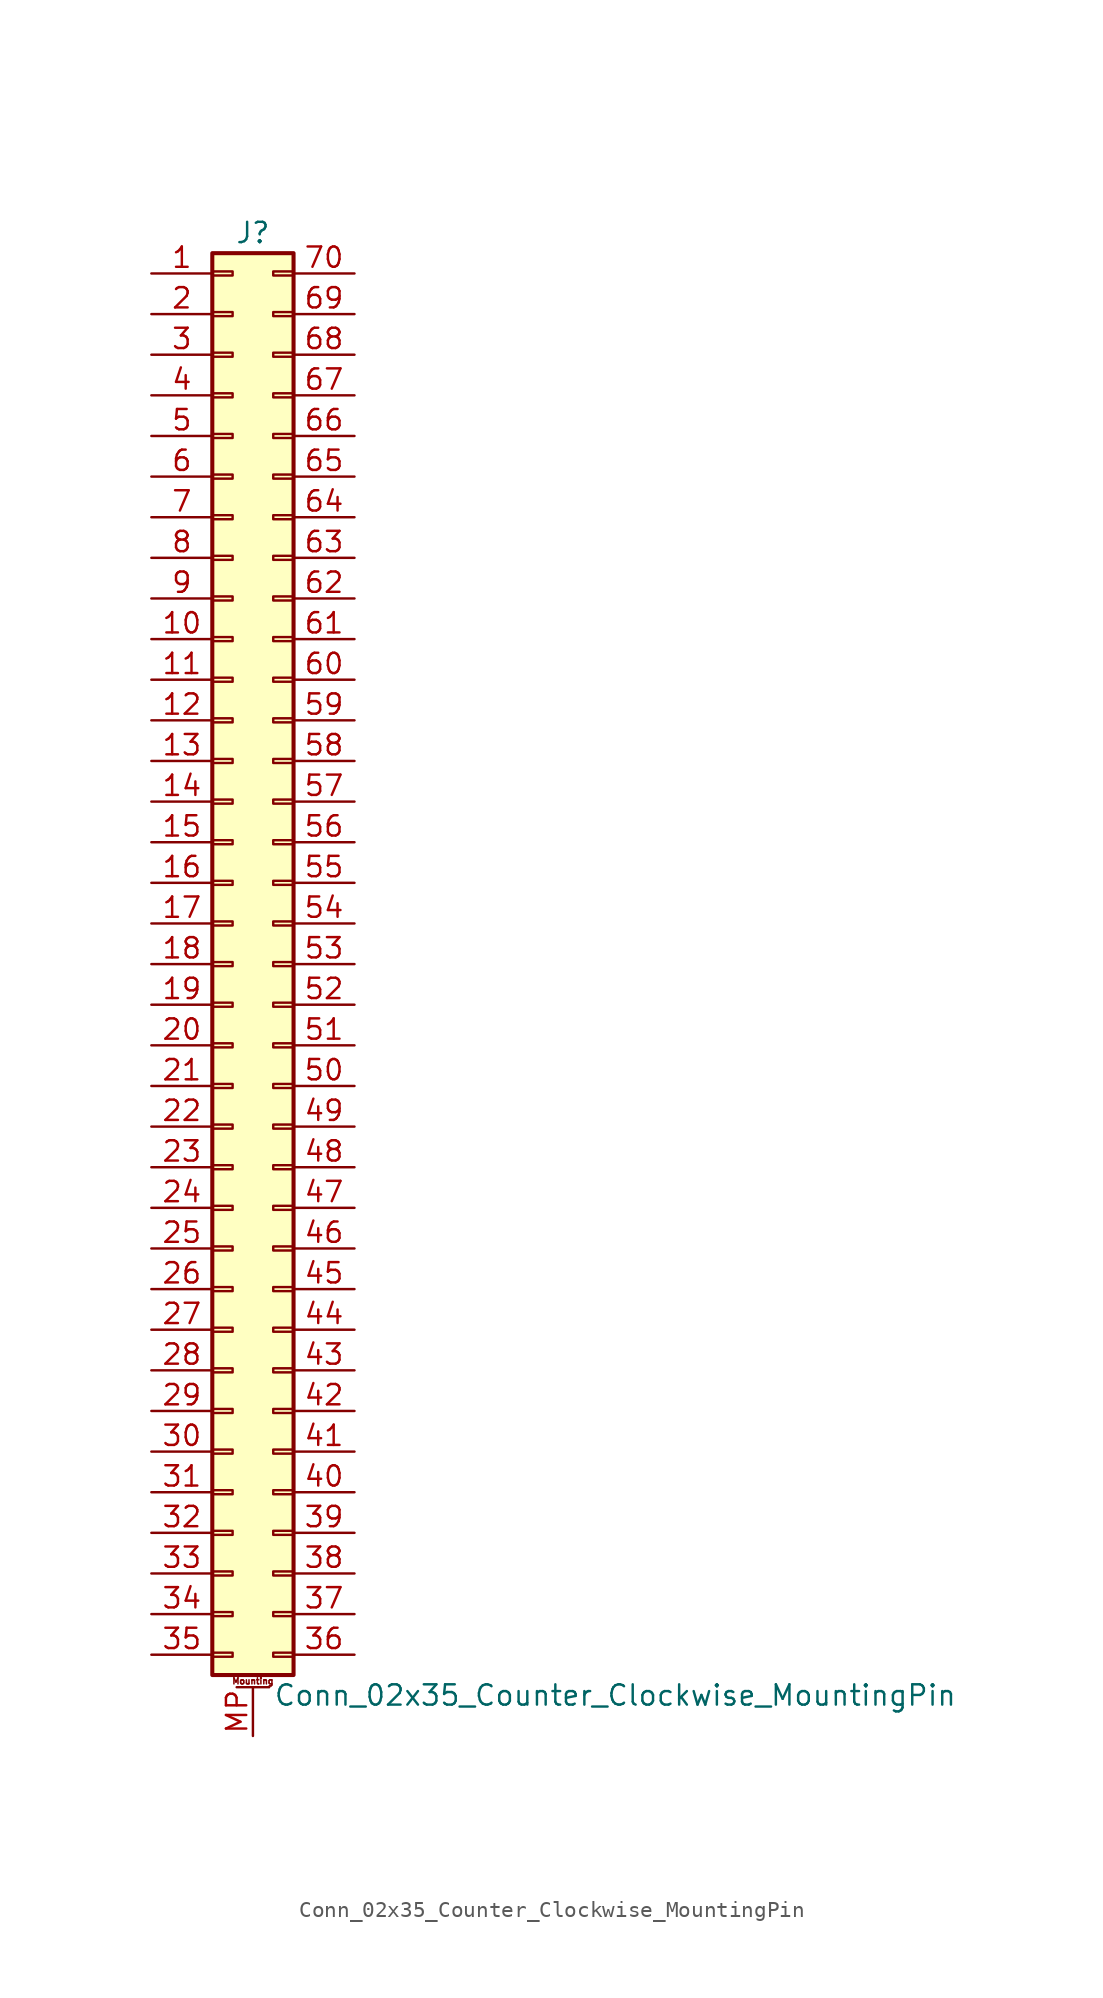
<source format=kicad_sym>
(kicad_symbol_lib
  (version 20201005)
  (generator kicad_symbol_editor)
  (symbol "Connector_Generic_MountingPin:Conn_02x35_Counter_Clockwise_MountingPin"
    (pin_names
      (offset 1.016) hide)
    (property "Reference" "J"
      (at 1.27 45.72 0)
      (effects (font (size 1.27 1.27))))
    (property "Value" "Conn_02x35_Counter_Clockwise_MountingPin"
      (at 2.54 -45.72 0)
      (effects (font (size 1.27 1.27)) (justify left)))
    (symbol "Conn_02x35_Counter_Clockwise_MountingPin_1_1"
      (text "Mounting" (at 1.27 -44.831 0) (effects (font (size 0.381 0.381))))
      (rectangle (start -1.27 -27.813) (end 0 -28.067) (stroke (width 0.152)) (fill (type none)))
      (rectangle (start -1.27 -30.353) (end 0 -30.607) (stroke (width 0.152)) (fill (type none)))
      (rectangle (start -1.27 -32.893) (end 0 -33.147) (stroke (width 0.152)) (fill (type none)))
      (rectangle (start -1.27 -35.433) (end 0 -35.687) (stroke (width 0.152)) (fill (type none)))
      (rectangle (start -1.27 -37.973) (end 0 -38.227) (stroke (width 0.152)) (fill (type none)))
      (rectangle (start -1.27 -40.513) (end 0 -40.767) (stroke (width 0.152)) (fill (type none)))
      (rectangle (start -1.27 -43.053) (end 0 -43.307) (stroke (width 0.152)) (fill (type none)))
      (rectangle (start -1.27 -4.953) (end 0 -5.207) (stroke (width 0.152)) (fill (type none)))
      (rectangle (start -1.27 -7.493) (end 0 -7.747) (stroke (width 0.152)) (fill (type none)))
      (rectangle (start -1.27 -10.033) (end 0 -10.287) (stroke (width 0.152)) (fill (type none)))
      (rectangle (start -1.27 -12.573) (end 0 -12.827) (stroke (width 0.152)) (fill (type none)))
      (rectangle (start -1.27 -15.113) (end 0 -15.367) (stroke (width 0.152)) (fill (type none)))
      (rectangle (start -1.27 -17.653) (end 0 -17.907) (stroke (width 0.152)) (fill (type none)))
      (rectangle (start -1.27 -20.193) (end 0 -20.447) (stroke (width 0.152)) (fill (type none)))
      (rectangle (start -1.27 -22.733) (end 0 -22.987) (stroke (width 0.152)) (fill (type none)))
      (rectangle (start -1.27 -2.413) (end 0 -2.667) (stroke (width 0.152)) (fill (type none)))
      (rectangle (start -1.27 -25.273) (end 0 -25.527) (stroke (width 0.152)) (fill (type none)))
      (rectangle (start -1.27 25.527) (end 0 25.273) (stroke (width 0.152)) (fill (type none)))
      (rectangle (start -1.27 2.667) (end 0 2.413) (stroke (width 0.152)) (fill (type none)))
      (rectangle (start -1.27 28.067) (end 0 27.813) (stroke (width 0.152)) (fill (type none)))
      (rectangle (start -1.27 30.607) (end 0 30.353) (stroke (width 0.152)) (fill (type none)))
      (rectangle (start -1.27 33.147) (end 0 32.893) (stroke (width 0.152)) (fill (type none)))
      (rectangle (start -1.27 35.687) (end 0 35.433) (stroke (width 0.152)) (fill (type none)))
      (rectangle (start -1.27 38.227) (end 0 37.973) (stroke (width 0.152)) (fill (type none)))
      (rectangle (start -1.27 40.767) (end 0 40.513) (stroke (width 0.152)) (fill (type none)))
      (rectangle (start -1.27 43.307) (end 0 43.053) (stroke (width 0.152)) (fill (type none)))
      (rectangle (start -1.27 44.45) (end 3.81 -44.45) (stroke (width 0.254)) (fill (type background)))
      (rectangle (start -1.27 5.207) (end 0 4.953) (stroke (width 0.152)) (fill (type none)))
      (rectangle (start -1.27 7.747) (end 0 7.493) (stroke (width 0.152)) (fill (type none)))
      (rectangle (start -1.27 10.287) (end 0 10.033) (stroke (width 0.152)) (fill (type none)))
      (rectangle (start -1.27 0.127) (end 0 -0.127) (stroke (width 0.152)) (fill (type none)))
      (rectangle (start -1.27 12.827) (end 0 12.573) (stroke (width 0.152)) (fill (type none)))
      (rectangle (start -1.27 15.367) (end 0 15.113) (stroke (width 0.152)) (fill (type none)))
      (rectangle (start -1.27 17.907) (end 0 17.653) (stroke (width 0.152)) (fill (type none)))
      (rectangle (start -1.27 20.447) (end 0 20.193) (stroke (width 0.152)) (fill (type none)))
      (rectangle (start -1.27 22.987) (end 0 22.733) (stroke (width 0.152)) (fill (type none)))
      (rectangle (start 3.81 -27.813) (end 2.54 -28.067) (stroke (width 0.152)) (fill (type none)))
      (rectangle (start 3.81 -30.353) (end 2.54 -30.607) (stroke (width 0.152)) (fill (type none)))
      (rectangle (start 3.81 -32.893) (end 2.54 -33.147) (stroke (width 0.152)) (fill (type none)))
      (rectangle (start 3.81 -35.433) (end 2.54 -35.687) (stroke (width 0.152)) (fill (type none)))
      (rectangle (start 3.81 -37.973) (end 2.54 -38.227) (stroke (width 0.152)) (fill (type none)))
      (rectangle (start 3.81 -40.513) (end 2.54 -40.767) (stroke (width 0.152)) (fill (type none)))
      (rectangle (start 3.81 -43.053) (end 2.54 -43.307) (stroke (width 0.152)) (fill (type none)))
      (rectangle (start 3.81 -4.953) (end 2.54 -5.207) (stroke (width 0.152)) (fill (type none)))
      (rectangle (start 3.81 -7.493) (end 2.54 -7.747) (stroke (width 0.152)) (fill (type none)))
      (rectangle (start 3.81 -10.033) (end 2.54 -10.287) (stroke (width 0.152)) (fill (type none)))
      (rectangle (start 3.81 -12.573) (end 2.54 -12.827) (stroke (width 0.152)) (fill (type none)))
      (rectangle (start 3.81 -15.113) (end 2.54 -15.367) (stroke (width 0.152)) (fill (type none)))
      (rectangle (start 3.81 -17.653) (end 2.54 -17.907) (stroke (width 0.152)) (fill (type none)))
      (rectangle (start 3.81 -20.193) (end 2.54 -20.447) (stroke (width 0.152)) (fill (type none)))
      (rectangle (start 3.81 -22.733) (end 2.54 -22.987) (stroke (width 0.152)) (fill (type none)))
      (rectangle (start 3.81 -2.413) (end 2.54 -2.667) (stroke (width 0.152)) (fill (type none)))
      (rectangle (start 3.81 -25.273) (end 2.54 -25.527) (stroke (width 0.152)) (fill (type none)))
      (rectangle (start 3.81 25.527) (end 2.54 25.273) (stroke (width 0.152)) (fill (type none)))
      (rectangle (start 3.81 2.667) (end 2.54 2.413) (stroke (width 0.152)) (fill (type none)))
      (rectangle (start 3.81 28.067) (end 2.54 27.813) (stroke (width 0.152)) (fill (type none)))
      (rectangle (start 3.81 30.607) (end 2.54 30.353) (stroke (width 0.152)) (fill (type none)))
      (rectangle (start 3.81 33.147) (end 2.54 32.893) (stroke (width 0.152)) (fill (type none)))
      (rectangle (start 3.81 35.687) (end 2.54 35.433) (stroke (width 0.152)) (fill (type none)))
      (rectangle (start 3.81 38.227) (end 2.54 37.973) (stroke (width 0.152)) (fill (type none)))
      (rectangle (start 3.81 40.767) (end 2.54 40.513) (stroke (width 0.152)) (fill (type none)))
      (rectangle (start 3.81 43.307) (end 2.54 43.053) (stroke (width 0.152)) (fill (type none)))
      (rectangle (start 3.81 5.207) (end 2.54 4.953) (stroke (width 0.152)) (fill (type none)))
      (rectangle (start 3.81 7.747) (end 2.54 7.493) (stroke (width 0.152)) (fill (type none)))
      (rectangle (start 3.81 10.287) (end 2.54 10.033) (stroke (width 0.152)) (fill (type none)))
      (rectangle (start 3.81 0.127) (end 2.54 -0.127) (stroke (width 0.152)) (fill (type none)))
      (rectangle (start 3.81 12.827) (end 2.54 12.573) (stroke (width 0.152)) (fill (type none)))
      (rectangle (start 3.81 15.367) (end 2.54 15.113) (stroke (width 0.152)) (fill (type none)))
      (rectangle (start 3.81 17.907) (end 2.54 17.653) (stroke (width 0.152)) (fill (type none)))
      (rectangle (start 3.81 20.447) (end 2.54 20.193) (stroke (width 0.152)) (fill (type none)))
      (rectangle (start 3.81 22.987) (end 2.54 22.733) (stroke (width 0.152)) (fill (type none)))
      (polyline (pts (xy 0.254 -45.212) (xy 2.286 -45.212)) (stroke (width 0.152)) (fill (type none)))
      (pin passive line (at 1.27 -48.26 90) (length 3.048) (name "MountPin" (effects (font (size 1.27 1.27)))) (number "MP" (effects (font (size 1.27 1.27)))))
      (pin passive line (at -5.08 43.18 0) (length 3.81) (name "Pin_1" (effects (font (size 1.27 1.27)))) (number "1" (effects (font (size 1.27 1.27)))))
      (pin passive line (at -5.08 20.32 0) (length 3.81) (name "Pin_10" (effects (font (size 1.27 1.27)))) (number "10" (effects (font (size 1.27 1.27)))))
      (pin passive line (at -5.08 17.78 0) (length 3.81) (name "Pin_11" (effects (font (size 1.27 1.27)))) (number "11" (effects (font (size 1.27 1.27)))))
      (pin passive line (at -5.08 15.24 0) (length 3.81) (name "Pin_12" (effects (font (size 1.27 1.27)))) (number "12" (effects (font (size 1.27 1.27)))))
      (pin passive line (at -5.08 12.7 0) (length 3.81) (name "Pin_13" (effects (font (size 1.27 1.27)))) (number "13" (effects (font (size 1.27 1.27)))))
      (pin passive line (at -5.08 10.16 0) (length 3.81) (name "Pin_14" (effects (font (size 1.27 1.27)))) (number "14" (effects (font (size 1.27 1.27)))))
      (pin passive line (at -5.08 7.62 0) (length 3.81) (name "Pin_15" (effects (font (size 1.27 1.27)))) (number "15" (effects (font (size 1.27 1.27)))))
      (pin passive line (at -5.08 5.08 0) (length 3.81) (name "Pin_16" (effects (font (size 1.27 1.27)))) (number "16" (effects (font (size 1.27 1.27)))))
      (pin passive line (at -5.08 2.54 0) (length 3.81) (name "Pin_17" (effects (font (size 1.27 1.27)))) (number "17" (effects (font (size 1.27 1.27)))))
      (pin passive line (at -5.08 0 0) (length 3.81) (name "Pin_18" (effects (font (size 1.27 1.27)))) (number "18" (effects (font (size 1.27 1.27)))))
      (pin passive line (at -5.08 -2.54 0) (length 3.81) (name "Pin_19" (effects (font (size 1.27 1.27)))) (number "19" (effects (font (size 1.27 1.27)))))
      (pin passive line (at -5.08 40.64 0) (length 3.81) (name "Pin_2" (effects (font (size 1.27 1.27)))) (number "2" (effects (font (size 1.27 1.27)))))
      (pin passive line (at -5.08 -5.08 0) (length 3.81) (name "Pin_20" (effects (font (size 1.27 1.27)))) (number "20" (effects (font (size 1.27 1.27)))))
      (pin passive line (at -5.08 -7.62 0) (length 3.81) (name "Pin_21" (effects (font (size 1.27 1.27)))) (number "21" (effects (font (size 1.27 1.27)))))
      (pin passive line (at -5.08 -10.16 0) (length 3.81) (name "Pin_22" (effects (font (size 1.27 1.27)))) (number "22" (effects (font (size 1.27 1.27)))))
      (pin passive line (at -5.08 -12.7 0) (length 3.81) (name "Pin_23" (effects (font (size 1.27 1.27)))) (number "23" (effects (font (size 1.27 1.27)))))
      (pin passive line (at -5.08 -15.24 0) (length 3.81) (name "Pin_24" (effects (font (size 1.27 1.27)))) (number "24" (effects (font (size 1.27 1.27)))))
      (pin passive line (at -5.08 -17.78 0) (length 3.81) (name "Pin_25" (effects (font (size 1.27 1.27)))) (number "25" (effects (font (size 1.27 1.27)))))
      (pin passive line (at -5.08 -20.32 0) (length 3.81) (name "Pin_26" (effects (font (size 1.27 1.27)))) (number "26" (effects (font (size 1.27 1.27)))))
      (pin passive line (at -5.08 -22.86 0) (length 3.81) (name "Pin_27" (effects (font (size 1.27 1.27)))) (number "27" (effects (font (size 1.27 1.27)))))
      (pin passive line (at -5.08 -25.4 0) (length 3.81) (name "Pin_28" (effects (font (size 1.27 1.27)))) (number "28" (effects (font (size 1.27 1.27)))))
      (pin passive line (at -5.08 -27.94 0) (length 3.81) (name "Pin_29" (effects (font (size 1.27 1.27)))) (number "29" (effects (font (size 1.27 1.27)))))
      (pin passive line (at -5.08 38.1 0) (length 3.81) (name "Pin_3" (effects (font (size 1.27 1.27)))) (number "3" (effects (font (size 1.27 1.27)))))
      (pin passive line (at -5.08 -30.48 0) (length 3.81) (name "Pin_30" (effects (font (size 1.27 1.27)))) (number "30" (effects (font (size 1.27 1.27)))))
      (pin passive line (at -5.08 -33.02 0) (length 3.81) (name "Pin_31" (effects (font (size 1.27 1.27)))) (number "31" (effects (font (size 1.27 1.27)))))
      (pin passive line (at -5.08 -35.56 0) (length 3.81) (name "Pin_32" (effects (font (size 1.27 1.27)))) (number "32" (effects (font (size 1.27 1.27)))))
      (pin passive line (at -5.08 -38.1 0) (length 3.81) (name "Pin_33" (effects (font (size 1.27 1.27)))) (number "33" (effects (font (size 1.27 1.27)))))
      (pin passive line (at -5.08 -40.64 0) (length 3.81) (name "Pin_34" (effects (font (size 1.27 1.27)))) (number "34" (effects (font (size 1.27 1.27)))))
      (pin passive line (at -5.08 -43.18 0) (length 3.81) (name "Pin_35" (effects (font (size 1.27 1.27)))) (number "35" (effects (font (size 1.27 1.27)))))
      (pin passive line (at 7.62 -43.18 180) (length 3.81) (name "Pin_36" (effects (font (size 1.27 1.27)))) (number "36" (effects (font (size 1.27 1.27)))))
      (pin passive line (at 7.62 -40.64 180) (length 3.81) (name "Pin_37" (effects (font (size 1.27 1.27)))) (number "37" (effects (font (size 1.27 1.27)))))
      (pin passive line (at 7.62 -38.1 180) (length 3.81) (name "Pin_38" (effects (font (size 1.27 1.27)))) (number "38" (effects (font (size 1.27 1.27)))))
      (pin passive line (at 7.62 -35.56 180) (length 3.81) (name "Pin_39" (effects (font (size 1.27 1.27)))) (number "39" (effects (font (size 1.27 1.27)))))
      (pin passive line (at -5.08 35.56 0) (length 3.81) (name "Pin_4" (effects (font (size 1.27 1.27)))) (number "4" (effects (font (size 1.27 1.27)))))
      (pin passive line (at 7.62 -33.02 180) (length 3.81) (name "Pin_40" (effects (font (size 1.27 1.27)))) (number "40" (effects (font (size 1.27 1.27)))))
      (pin passive line (at 7.62 -30.48 180) (length 3.81) (name "Pin_41" (effects (font (size 1.27 1.27)))) (number "41" (effects (font (size 1.27 1.27)))))
      (pin passive line (at 7.62 -27.94 180) (length 3.81) (name "Pin_42" (effects (font (size 1.27 1.27)))) (number "42" (effects (font (size 1.27 1.27)))))
      (pin passive line (at 7.62 -25.4 180) (length 3.81) (name "Pin_43" (effects (font (size 1.27 1.27)))) (number "43" (effects (font (size 1.27 1.27)))))
      (pin passive line (at 7.62 -22.86 180) (length 3.81) (name "Pin_44" (effects (font (size 1.27 1.27)))) (number "44" (effects (font (size 1.27 1.27)))))
      (pin passive line (at 7.62 -20.32 180) (length 3.81) (name "Pin_45" (effects (font (size 1.27 1.27)))) (number "45" (effects (font (size 1.27 1.27)))))
      (pin passive line (at 7.62 -17.78 180) (length 3.81) (name "Pin_46" (effects (font (size 1.27 1.27)))) (number "46" (effects (font (size 1.27 1.27)))))
      (pin passive line (at 7.62 -15.24 180) (length 3.81) (name "Pin_47" (effects (font (size 1.27 1.27)))) (number "47" (effects (font (size 1.27 1.27)))))
      (pin passive line (at 7.62 -12.7 180) (length 3.81) (name "Pin_48" (effects (font (size 1.27 1.27)))) (number "48" (effects (font (size 1.27 1.27)))))
      (pin passive line (at 7.62 -10.16 180) (length 3.81) (name "Pin_49" (effects (font (size 1.27 1.27)))) (number "49" (effects (font (size 1.27 1.27)))))
      (pin passive line (at -5.08 33.02 0) (length 3.81) (name "Pin_5" (effects (font (size 1.27 1.27)))) (number "5" (effects (font (size 1.27 1.27)))))
      (pin passive line (at 7.62 -7.62 180) (length 3.81) (name "Pin_50" (effects (font (size 1.27 1.27)))) (number "50" (effects (font (size 1.27 1.27)))))
      (pin passive line (at 7.62 -5.08 180) (length 3.81) (name "Pin_51" (effects (font (size 1.27 1.27)))) (number "51" (effects (font (size 1.27 1.27)))))
      (pin passive line (at 7.62 -2.54 180) (length 3.81) (name "Pin_52" (effects (font (size 1.27 1.27)))) (number "52" (effects (font (size 1.27 1.27)))))
      (pin passive line (at 7.62 0 180) (length 3.81) (name "Pin_53" (effects (font (size 1.27 1.27)))) (number "53" (effects (font (size 1.27 1.27)))))
      (pin passive line (at 7.62 2.54 180) (length 3.81) (name "Pin_54" (effects (font (size 1.27 1.27)))) (number "54" (effects (font (size 1.27 1.27)))))
      (pin passive line (at 7.62 5.08 180) (length 3.81) (name "Pin_55" (effects (font (size 1.27 1.27)))) (number "55" (effects (font (size 1.27 1.27)))))
      (pin passive line (at 7.62 7.62 180) (length 3.81) (name "Pin_56" (effects (font (size 1.27 1.27)))) (number "56" (effects (font (size 1.27 1.27)))))
      (pin passive line (at 7.62 10.16 180) (length 3.81) (name "Pin_57" (effects (font (size 1.27 1.27)))) (number "57" (effects (font (size 1.27 1.27)))))
      (pin passive line (at 7.62 12.7 180) (length 3.81) (name "Pin_58" (effects (font (size 1.27 1.27)))) (number "58" (effects (font (size 1.27 1.27)))))
      (pin passive line (at 7.62 15.24 180) (length 3.81) (name "Pin_59" (effects (font (size 1.27 1.27)))) (number "59" (effects (font (size 1.27 1.27)))))
      (pin passive line (at -5.08 30.48 0) (length 3.81) (name "Pin_6" (effects (font (size 1.27 1.27)))) (number "6" (effects (font (size 1.27 1.27)))))
      (pin passive line (at 7.62 17.78 180) (length 3.81) (name "Pin_60" (effects (font (size 1.27 1.27)))) (number "60" (effects (font (size 1.27 1.27)))))
      (pin passive line (at 7.62 20.32 180) (length 3.81) (name "Pin_61" (effects (font (size 1.27 1.27)))) (number "61" (effects (font (size 1.27 1.27)))))
      (pin passive line (at 7.62 22.86 180) (length 3.81) (name "Pin_62" (effects (font (size 1.27 1.27)))) (number "62" (effects (font (size 1.27 1.27)))))
      (pin passive line (at 7.62 25.4 180) (length 3.81) (name "Pin_63" (effects (font (size 1.27 1.27)))) (number "63" (effects (font (size 1.27 1.27)))))
      (pin passive line (at 7.62 27.94 180) (length 3.81) (name "Pin_64" (effects (font (size 1.27 1.27)))) (number "64" (effects (font (size 1.27 1.27)))))
      (pin passive line (at 7.62 30.48 180) (length 3.81) (name "Pin_65" (effects (font (size 1.27 1.27)))) (number "65" (effects (font (size 1.27 1.27)))))
      (pin passive line (at 7.62 33.02 180) (length 3.81) (name "Pin_66" (effects (font (size 1.27 1.27)))) (number "66" (effects (font (size 1.27 1.27)))))
      (pin passive line (at 7.62 35.56 180) (length 3.81) (name "Pin_67" (effects (font (size 1.27 1.27)))) (number "67" (effects (font (size 1.27 1.27)))))
      (pin passive line (at 7.62 38.1 180) (length 3.81) (name "Pin_68" (effects (font (size 1.27 1.27)))) (number "68" (effects (font (size 1.27 1.27)))))
      (pin passive line (at 7.62 40.64 180) (length 3.81) (name "Pin_69" (effects (font (size 1.27 1.27)))) (number "69" (effects (font (size 1.27 1.27)))))
      (pin passive line (at -5.08 27.94 0) (length 3.81) (name "Pin_7" (effects (font (size 1.27 1.27)))) (number "7" (effects (font (size 1.27 1.27)))))
      (pin passive line (at 7.62 43.18 180) (length 3.81) (name "Pin_70" (effects (font (size 1.27 1.27)))) (number "70" (effects (font (size 1.27 1.27)))))
      (pin passive line (at -5.08 25.4 0) (length 3.81) (name "Pin_8" (effects (font (size 1.27 1.27)))) (number "8" (effects (font (size 1.27 1.27)))))
      (pin passive line (at -5.08 22.86 0) (length 3.81) (name "Pin_9" (effects (font (size 1.27 1.27)))) (number "9" (effects (font (size 1.27 1.27))))))))
</source>
